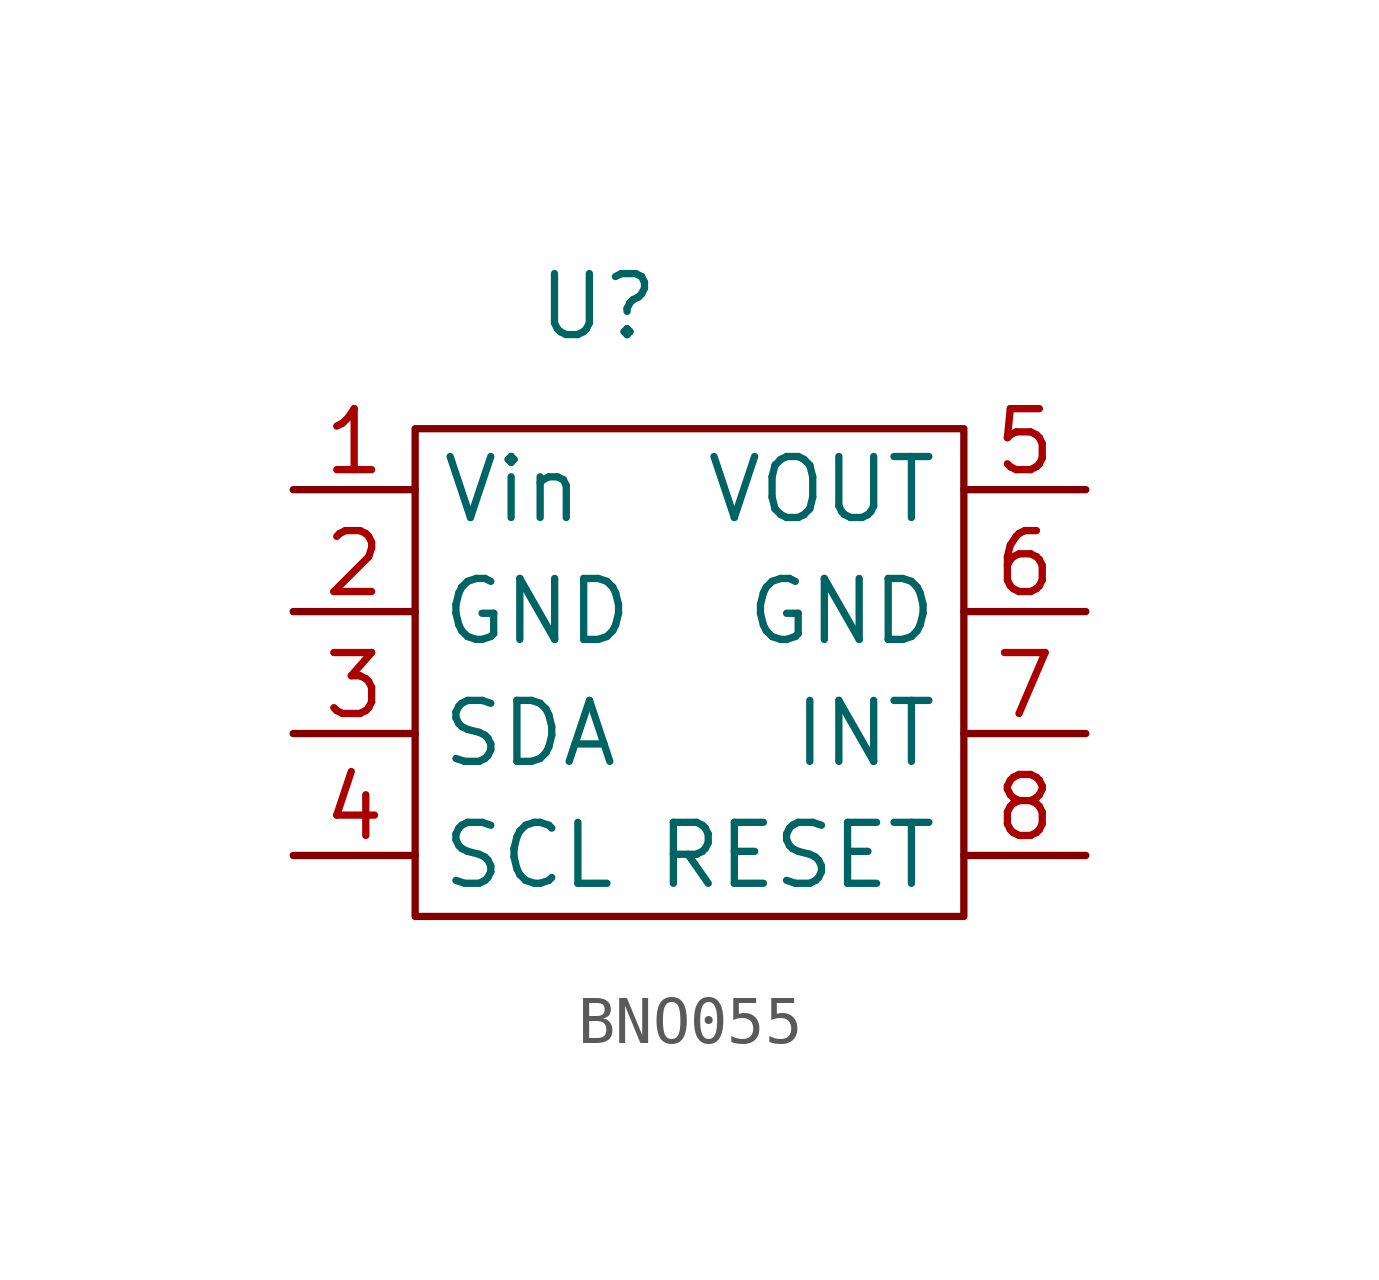
<source format=kicad_sym>
(kicad_symbol_lib
  (version 20220914)
  (generator kicad_symbol_editor)
  (symbol "BNO055"
    (property "Reference" "U"
      (at 0 0 0)
      (effects (font (size 1.27 1.27))))
    (property "Value" ""
      (at 0 0 0)
      (effects (font (size 1.27 1.27))))
    (symbol "BNO055_0_1"
      (polyline (pts (xy -3.81 -2.54) (xy -3.81 -12.7) (xy 7.62 -12.7) (xy 7.62 -2.54) (xy -3.81 -2.54)) (stroke (width 0) (type default)) (fill (type none))))
    (symbol "BNO055_1_1"
      (pin bidirectional line (at -6.35 -3.81 0) (length 2.54) (name "Vin" (effects (font (size 1.27 1.27)))) (number "1" (effects (font (size 1.27 1.27)))))
      (pin bidirectional line (at -6.35 -6.35 0) (length 2.54) (name "GND" (effects (font (size 1.27 1.27)))) (number "2" (effects (font (size 1.27 1.27)))))
      (pin bidirectional line (at -6.35 -8.89 0) (length 2.54) (name "SDA" (effects (font (size 1.27 1.27)))) (number "3" (effects (font (size 1.27 1.27)))))
      (pin bidirectional line (at -6.35 -11.43 0) (length 2.54) (name "SCL" (effects (font (size 1.27 1.27)))) (number "4" (effects (font (size 1.27 1.27)))))
      (pin bidirectional line (at 10.16 -3.81 180) (length 2.54) (name "VOUT" (effects (font (size 1.27 1.27)))) (number "5" (effects (font (size 1.27 1.27)))))
      (pin bidirectional line (at 10.16 -6.35 180) (length 2.54) (name "GND" (effects (font (size 1.27 1.27)))) (number "6" (effects (font (size 1.27 1.27)))))
      (pin bidirectional line (at 10.16 -8.89 180) (length 2.54) (name "INT" (effects (font (size 1.27 1.27)))) (number "7" (effects (font (size 1.27 1.27)))))
      (pin bidirectional line (at 10.16 -11.43 180) (length 2.54) (name "RESET" (effects (font (size 1.27 1.27)))) (number "8" (effects (font (size 1.27 1.27))))))))
</source>
